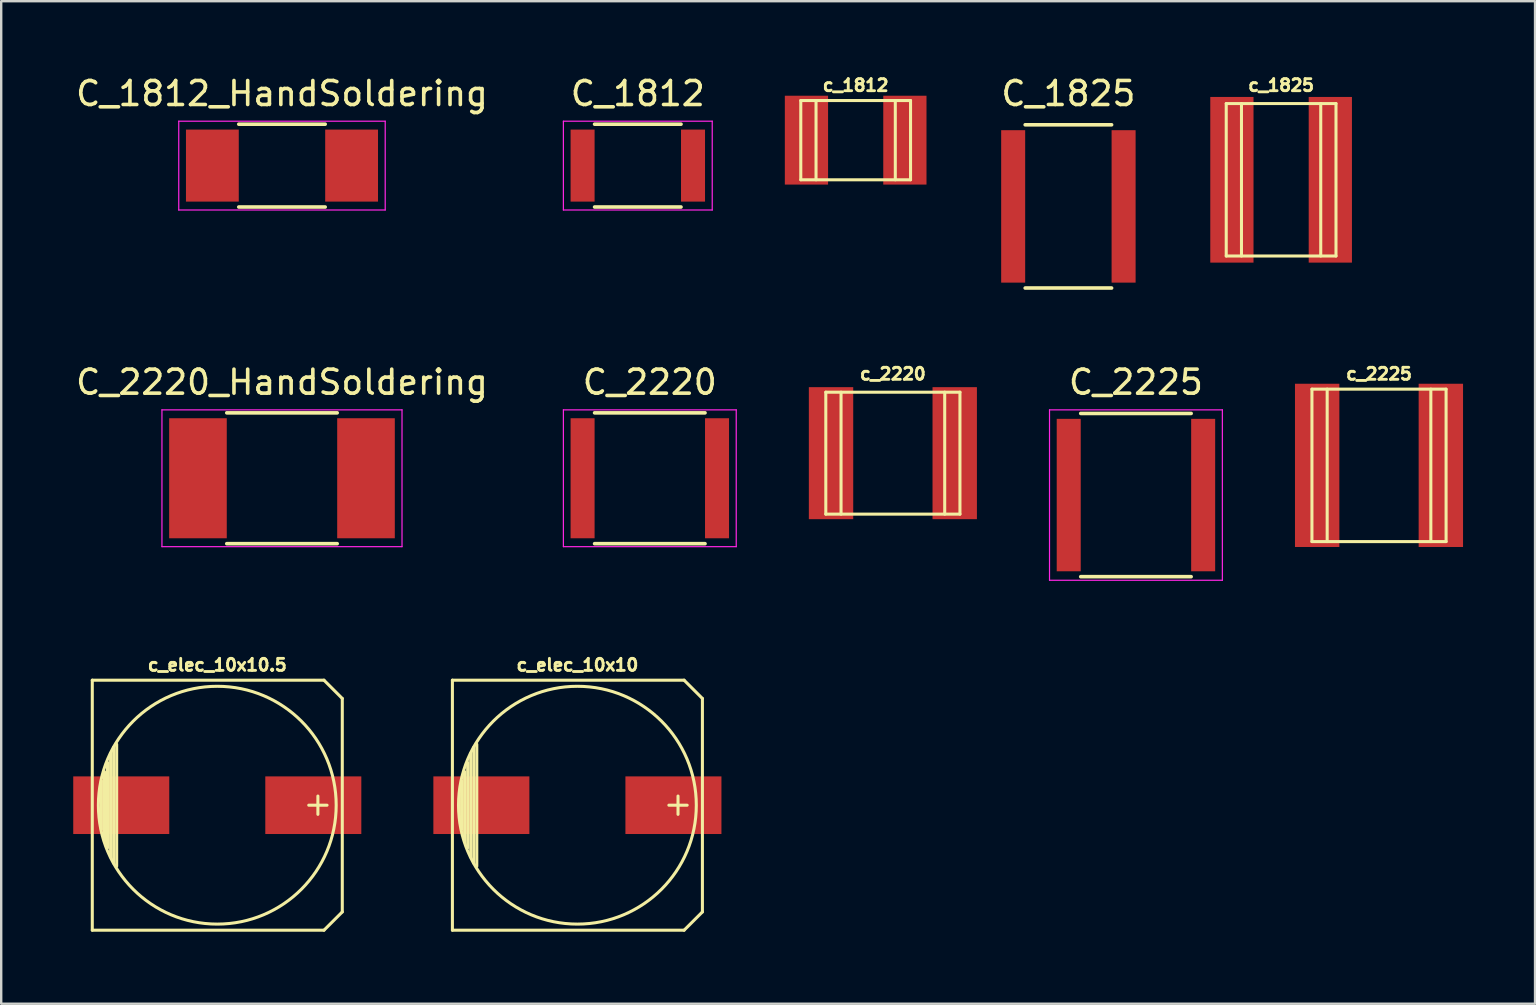
<source format=kicad_pcb>
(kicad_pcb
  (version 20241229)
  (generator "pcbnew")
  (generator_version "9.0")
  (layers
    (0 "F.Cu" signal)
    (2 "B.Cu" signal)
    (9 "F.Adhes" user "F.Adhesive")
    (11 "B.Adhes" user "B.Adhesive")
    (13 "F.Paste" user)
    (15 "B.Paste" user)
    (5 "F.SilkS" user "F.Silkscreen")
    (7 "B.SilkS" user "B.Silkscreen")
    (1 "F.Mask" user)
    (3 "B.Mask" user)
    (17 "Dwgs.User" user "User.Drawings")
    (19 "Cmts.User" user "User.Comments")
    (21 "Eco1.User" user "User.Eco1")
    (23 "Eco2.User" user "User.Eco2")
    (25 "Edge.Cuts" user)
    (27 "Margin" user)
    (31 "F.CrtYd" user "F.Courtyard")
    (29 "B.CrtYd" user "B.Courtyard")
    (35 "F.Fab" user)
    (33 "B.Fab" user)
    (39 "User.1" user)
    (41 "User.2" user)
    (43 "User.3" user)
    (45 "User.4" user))
  (footprint "C_2225"
    (layer "F.Cu")
    (at 44.268 17.572)
    (property "Reference" "C_2225" (at 0 -4.7 0) (layer "F.SilkS") (effects (font (size 1 1) (thickness 0.15))))
    (attr smd)
    (fp_line (start -2.3 3.4) (end 2.3 3.4) (stroke (width 0.15) (type solid)) (layer "F.SilkS"))
    (fp_line (start 2.3 -3.4) (end -2.3 -3.4) (stroke (width 0.15) (type solid)) (layer "F.SilkS"))
    (fp_line (start -3.6 -3.55) (end -3.6 3.55) (stroke (width 0.05) (type solid)) (layer "F.CrtYd"))
    (fp_line (start -3.6 -3.55) (end 3.6 -3.55) (stroke (width 0.05) (type solid)) (layer "F.CrtYd"))
    (fp_line (start -3.6 3.55) (end 3.6 3.55) (stroke (width 0.05) (type solid)) (layer "F.CrtYd"))
    (fp_line (start 3.6 -3.55) (end 3.6 3.55) (stroke (width 0.05) (type solid)) (layer "F.CrtYd"))
    (pad "1" smd rect (at -2.8 0) (size 1 6.35) (layers "F.Cu" "F.Mask" "F.Paste"))
    (pad "2" smd rect (at 2.8 0) (size 1 6.35) (layers "F.Cu" "F.Mask" "F.Paste")))
  (footprint "c_elec_10x10"
    (layer "F.Cu")
    (at 21.002 30.491)
    (property "Reference" "c_elec_10x10" (at 0 -5.842 0) (layer "F.SilkS") (effects (font (size 0.5 0.5) (thickness 0.119))))
    (attr through_hole)
    (fp_line (start -5.207 -5.207) (end -5.207 5.207) (stroke (width 0.127) (type solid)) (layer "F.SilkS"))
    (fp_line (start -5.207 5.207) (end 4.445 5.207) (stroke (width 0.127) (type solid)) (layer "F.SilkS"))
    (fp_line (start -4.826 1.016) (end -4.826 -1.016) (stroke (width 0.127) (type solid)) (layer "F.SilkS"))
    (fp_line (start -4.699 -1.397) (end -4.699 1.524) (stroke (width 0.127) (type solid)) (layer "F.SilkS"))
    (fp_line (start -4.572 1.778) (end -4.572 -1.778) (stroke (width 0.127) (type solid)) (layer "F.SilkS"))
    (fp_line (start -4.445 -2.159) (end -4.445 2.159) (stroke (width 0.127) (type solid)) (layer "F.SilkS"))
    (fp_line (start -4.318 2.413) (end -4.318 -2.413) (stroke (width 0.127) (type solid)) (layer "F.SilkS"))
    (fp_line (start -4.191 -2.54) (end -4.191 2.54) (stroke (width 0.127) (type solid)) (layer "F.SilkS"))
    (fp_line (start 4.191 -0.381) (end 4.191 0.381) (stroke (width 0.127) (type solid)) (layer "F.SilkS"))
    (fp_line (start 4.445 -5.207) (end -5.207 -5.207) (stroke (width 0.127) (type solid)) (layer "F.SilkS"))
    (fp_line (start 4.445 5.207) (end 5.207 4.445) (stroke (width 0.127) (type solid)) (layer "F.SilkS"))
    (fp_line (start 4.572 0) (end 3.81 0) (stroke (width 0.127) (type solid)) (layer "F.SilkS"))
    (fp_line (start 5.207 -4.445) (end 4.445 -5.207) (stroke (width 0.127) (type solid)) (layer "F.SilkS"))
    (fp_line (start 5.207 4.445) (end 5.207 -4.445) (stroke (width 0.127) (type solid)) (layer "F.SilkS"))
    (fp_circle (center 0 0) (end 4.953 0) (stroke (width 0.127) (type solid)) (fill no) (layer "F.SilkS"))
    (pad "1" smd rect (at 4 0) (size 4 2.4) (layers "F.Cu" "F.Mask" "F.Paste"))
    (pad "2" smd rect (at -4 0) (size 4 2.4) (layers "F.Cu" "F.Mask" "F.Paste")))
  (footprint "C_2220"
    (layer "F.Cu")
    (at 24.018 16.872)
    (property "Reference" "C_2220" (at 0 -4 0) (layer "F.SilkS") (effects (font (size 1 1) (thickness 0.15))))
    (attr smd)
    (fp_line (start -2.3 2.725) (end 2.3 2.725) (stroke (width 0.15) (type solid)) (layer "F.SilkS"))
    (fp_line (start 2.3 -2.725) (end -2.3 -2.725) (stroke (width 0.15) (type solid)) (layer "F.SilkS"))
    (fp_line (start -3.6 -2.85) (end -3.6 2.85) (stroke (width 0.05) (type solid)) (layer "F.CrtYd"))
    (fp_line (start -3.6 -2.85) (end 3.6 -2.85) (stroke (width 0.05) (type solid)) (layer "F.CrtYd"))
    (fp_line (start -3.6 2.85) (end 3.6 2.85) (stroke (width 0.05) (type solid)) (layer "F.CrtYd"))
    (fp_line (start 3.6 -2.85) (end 3.6 2.85) (stroke (width 0.05) (type solid)) (layer "F.CrtYd"))
    (pad "1" smd rect (at -2.8 0) (size 1 5) (layers "F.Cu" "F.Mask" "F.Paste"))
    (pad "2" smd rect (at 2.8 0) (size 1 5) (layers "F.Cu" "F.Mask" "F.Paste")))
  (footprint "C_1812"
    (layer "F.Cu")
    (at 23.518 3.848)
    (property "Reference" "C_1812" (at 0 -3 0) (layer "F.SilkS") (effects (font (size 1 1) (thickness 0.15))))
    (attr smd)
    (fp_line (start -1.8 1.725) (end 1.8 1.725) (stroke (width 0.15) (type solid)) (layer "F.SilkS"))
    (fp_line (start 1.8 -1.725) (end -1.8 -1.725) (stroke (width 0.15) (type solid)) (layer "F.SilkS"))
    (fp_line (start -3.1 -1.85) (end -3.1 1.85) (stroke (width 0.05) (type solid)) (layer "F.CrtYd"))
    (fp_line (start -3.1 -1.85) (end 3.1 -1.85) (stroke (width 0.05) (type solid)) (layer "F.CrtYd"))
    (fp_line (start -3.1 1.85) (end 3.1 1.85) (stroke (width 0.05) (type solid)) (layer "F.CrtYd"))
    (fp_line (start 3.1 -1.85) (end 3.1 1.85) (stroke (width 0.05) (type solid)) (layer "F.CrtYd"))
    (pad "1" smd rect (at -2.3 0) (size 1 3) (layers "F.Cu" "F.Mask" "F.Paste"))
    (pad "2" smd rect (at 2.3 0) (size 1 3) (layers "F.Cu" "F.Mask" "F.Paste")))
  (footprint "C_2220_HandSoldering"
    (layer "F.Cu")
    (at 8.696 16.872)
    (property "Reference" "C_2220_HandSoldering" (at 0 -4 0) (layer "F.SilkS") (effects (font (size 1 1) (thickness 0.15))))
    (attr smd)
    (fp_line (start -2.3 2.725) (end 2.3 2.725) (stroke (width 0.15) (type solid)) (layer "F.SilkS"))
    (fp_line (start 2.3 -2.725) (end -2.3 -2.725) (stroke (width 0.15) (type solid)) (layer "F.SilkS"))
    (fp_line (start -5 -2.85) (end -5 2.85) (stroke (width 0.05) (type solid)) (layer "F.CrtYd"))
    (fp_line (start -5 -2.85) (end 5 -2.85) (stroke (width 0.05) (type solid)) (layer "F.CrtYd"))
    (fp_line (start -5 2.85) (end 5 2.85) (stroke (width 0.05) (type solid)) (layer "F.CrtYd"))
    (fp_line (start 5 -2.85) (end 5 2.85) (stroke (width 0.05) (type solid)) (layer "F.CrtYd"))
    (pad "1" smd rect (at -3.5 0) (size 2.4 5) (layers "F.Cu" "F.Mask" "F.Paste"))
    (pad "2" smd rect (at 3.5 0) (size 2.4 5) (layers "F.Cu" "F.Mask" "F.Paste")))
  (footprint "c_1825"
    (layer "F.Cu")
    (at 50.315 4.439)
    (property "Reference" "c_1825" (at 0 -3.937 0) (layer "F.SilkS") (effects (font (size 0.5 0.5) (thickness 0.119))))
    (attr through_hole)
    (fp_line (start -2.286 -3.175) (end -2.286 3.175) (stroke (width 0.127) (type solid)) (layer "F.SilkS"))
    (fp_line (start -2.286 3.175) (end 2.286 3.175) (stroke (width 0.127) (type solid)) (layer "F.SilkS"))
    (fp_line (start -1.651 -3.175) (end -1.651 3.175) (stroke (width 0.127) (type solid)) (layer "F.SilkS"))
    (fp_line (start 1.651 -3.175) (end 1.651 3.175) (stroke (width 0.127) (type solid)) (layer "F.SilkS"))
    (fp_line (start 2.286 -3.175) (end -2.286 -3.175) (stroke (width 0.127) (type solid)) (layer "F.SilkS"))
    (fp_line (start 2.286 3.175) (end 2.286 -3.175) (stroke (width 0.127) (type solid)) (layer "F.SilkS"))
    (pad "1" smd rect (at 2.05 0) (size 1.801 6.901) (layers "F.Cu" "F.Mask" "F.Paste"))
    (pad "2" smd rect (at -2.05 0) (size 1.801 6.901) (layers "F.Cu" "F.Mask" "F.Paste")))
  (footprint "C_1825"
    (layer "F.Cu")
    (at 41.454 5.548)
    (property "Reference" "C_1825" (at 0 -4.7 0) (layer "F.SilkS") (effects (font (size 1 1) (thickness 0.15))))
    (attr smd)
    (fp_line (start -1.8 3.4) (end 1.8 3.4) (stroke (width 0.15) (type solid)) (layer "F.SilkS"))
    (fp_line (start 1.8 -3.4) (end -1.8 -3.4) (stroke (width 0.15) (type solid)) (layer "F.SilkS"))
    (pad "1" smd rect (at -2.3 0) (size 1 6.35) (layers "F.Cu" "F.Mask" "F.Paste"))
    (pad "2" smd rect (at 2.3 0) (size 1 6.35) (layers "F.Cu" "F.Mask" "F.Paste")))
  (footprint "c_2225"
    (layer "F.Cu")
    (at 54.393 16.335)
    (property "Reference" "c_2225" (at 0 -3.81 0) (layer "F.SilkS") (effects (font (size 0.5 0.5) (thickness 0.119))))
    (attr through_hole)
    (fp_line (start -2.794 -3.175) (end 2.794 -3.175) (stroke (width 0.127) (type solid)) (layer "F.SilkS"))
    (fp_line (start -2.794 3.175) (end -2.794 -3.175) (stroke (width 0.127) (type solid)) (layer "F.SilkS"))
    (fp_line (start -2.159 -3.175) (end -2.159 3.175) (stroke (width 0.127) (type solid)) (layer "F.SilkS"))
    (fp_line (start 2.159 -3.175) (end 2.159 3.175) (stroke (width 0.127) (type solid)) (layer "F.SilkS"))
    (fp_line (start 2.794 -3.175) (end 2.794 3.175) (stroke (width 0.127) (type solid)) (layer "F.SilkS"))
    (fp_line (start 2.794 3.175) (end -2.794 3.175) (stroke (width 0.127) (type solid)) (layer "F.SilkS"))
    (pad "1" smd rect (at 2.576 0) (size 1.849 6.8) (layers "F.Cu" "F.Mask" "F.Paste"))
    (pad "2" smd rect (at -2.576 0) (size 1.849 6.8) (layers "F.Cu" "F.Mask" "F.Paste")))
  (footprint "c_elec_10x10.5"
    (layer "F.Cu")
    (at 6.001 30.491)
    (property "Reference" "c_elec_10x10.5" (at 0 -5.842 0) (layer "F.SilkS") (effects (font (size 0.5 0.5) (thickness 0.119))))
    (attr through_hole)
    (fp_line (start -5.207 -5.207) (end -5.207 5.207) (stroke (width 0.127) (type solid)) (layer "F.SilkS"))
    (fp_line (start -5.207 5.207) (end 4.445 5.207) (stroke (width 0.127) (type solid)) (layer "F.SilkS"))
    (fp_line (start -4.826 1.016) (end -4.826 -1.016) (stroke (width 0.127) (type solid)) (layer "F.SilkS"))
    (fp_line (start -4.699 -1.397) (end -4.699 1.524) (stroke (width 0.127) (type solid)) (layer "F.SilkS"))
    (fp_line (start -4.572 1.778) (end -4.572 -1.778) (stroke (width 0.127) (type solid)) (layer "F.SilkS"))
    (fp_line (start -4.445 -2.159) (end -4.445 2.159) (stroke (width 0.127) (type solid)) (layer "F.SilkS"))
    (fp_line (start -4.318 2.413) (end -4.318 -2.413) (stroke (width 0.127) (type solid)) (layer "F.SilkS"))
    (fp_line (start -4.191 -2.54) (end -4.191 2.54) (stroke (width 0.127) (type solid)) (layer "F.SilkS"))
    (fp_line (start 4.191 -0.381) (end 4.191 0.381) (stroke (width 0.127) (type solid)) (layer "F.SilkS"))
    (fp_line (start 4.445 -5.207) (end -5.207 -5.207) (stroke (width 0.127) (type solid)) (layer "F.SilkS"))
    (fp_line (start 4.445 5.207) (end 5.207 4.445) (stroke (width 0.127) (type solid)) (layer "F.SilkS"))
    (fp_line (start 4.572 0) (end 3.81 0) (stroke (width 0.127) (type solid)) (layer "F.SilkS"))
    (fp_line (start 5.207 -4.445) (end 4.445 -5.207) (stroke (width 0.127) (type solid)) (layer "F.SilkS"))
    (fp_line (start 5.207 4.445) (end 5.207 -4.445) (stroke (width 0.127) (type solid)) (layer "F.SilkS"))
    (fp_circle (center 0 0) (end 4.953 0) (stroke (width 0.127) (type solid)) (fill no) (layer "F.SilkS"))
    (pad "1" smd rect (at 4 0) (size 4 2.4) (layers "F.Cu" "F.Mask" "F.Paste"))
    (pad "2" smd rect (at -4 0) (size 4 2.4) (layers "F.Cu" "F.Mask" "F.Paste")))
  (footprint "c_1812"
    (layer "F.Cu")
    (at 32.593 2.788)
    (property "Reference" "c_1812" (at 0 -2.286 0) (layer "F.SilkS") (effects (font (size 0.5 0.5) (thickness 0.119))))
    (attr through_hole)
    (fp_line (start -2.286 -1.651) (end -2.286 1.651) (stroke (width 0.127) (type solid)) (layer "F.SilkS"))
    (fp_line (start -2.286 1.651) (end 2.286 1.651) (stroke (width 0.127) (type solid)) (layer "F.SilkS"))
    (fp_line (start -1.651 -1.651) (end -1.651 1.651) (stroke (width 0.127) (type solid)) (layer "F.SilkS"))
    (fp_line (start 1.651 -1.651) (end 1.651 1.651) (stroke (width 0.127) (type solid)) (layer "F.SilkS"))
    (fp_line (start 2.286 -1.651) (end -2.286 -1.651) (stroke (width 0.127) (type solid)) (layer "F.SilkS"))
    (fp_line (start 2.286 1.651) (end 2.286 -1.651) (stroke (width 0.127) (type solid)) (layer "F.SilkS"))
    (pad "1" smd rect (at 2.05 0) (size 1.801 3.701) (layers "F.Cu" "F.Mask" "F.Paste"))
    (pad "2" smd rect (at -2.05 0) (size 1.801 3.701) (layers "F.Cu" "F.Mask" "F.Paste")))
  (footprint "C_1812_HandSoldering"
    (layer "F.Cu")
    (at 8.696 3.848)
    (property "Reference" "C_1812_HandSoldering" (at 0 -3 0) (layer "F.SilkS") (effects (font (size 1 1) (thickness 0.15))))
    (attr smd)
    (fp_line (start -1.8 1.725) (end 1.8 1.725) (stroke (width 0.15) (type solid)) (layer "F.SilkS"))
    (fp_line (start 1.8 -1.725) (end -1.8 -1.725) (stroke (width 0.15) (type solid)) (layer "F.SilkS"))
    (fp_line (start -4.3 -1.85) (end -4.3 1.85) (stroke (width 0.05) (type solid)) (layer "F.CrtYd"))
    (fp_line (start -4.3 -1.85) (end 4.3 -1.85) (stroke (width 0.05) (type solid)) (layer "F.CrtYd"))
    (fp_line (start -4.3 1.85) (end 4.3 1.85) (stroke (width 0.05) (type solid)) (layer "F.CrtYd"))
    (fp_line (start 4.3 -1.85) (end 4.3 1.85) (stroke (width 0.05) (type solid)) (layer "F.CrtYd"))
    (pad "1" smd rect (at -2.9 0) (size 2.2 3) (layers "F.Cu" "F.Mask" "F.Paste"))
    (pad "2" smd rect (at 2.9 0) (size 2.2 3) (layers "F.Cu" "F.Mask" "F.Paste")))
  (footprint "c_2220"
    (layer "F.Cu")
    (at 34.143 15.827)
    (property "Reference" "c_2220" (at 0 -3.302 0) (layer "F.SilkS") (effects (font (size 0.5 0.5) (thickness 0.119))))
    (attr through_hole)
    (fp_line (start -2.794 -2.54) (end 2.794 -2.54) (stroke (width 0.127) (type solid)) (layer "F.SilkS"))
    (fp_line (start -2.794 2.54) (end -2.794 -2.54) (stroke (width 0.127) (type solid)) (layer "F.SilkS"))
    (fp_line (start -2.159 -2.54) (end -2.159 2.54) (stroke (width 0.127) (type solid)) (layer "F.SilkS"))
    (fp_line (start 2.159 -2.54) (end 2.159 2.54) (stroke (width 0.127) (type solid)) (layer "F.SilkS"))
    (fp_line (start 2.794 -2.54) (end 2.794 2.54) (stroke (width 0.127) (type solid)) (layer "F.SilkS"))
    (fp_line (start 2.794 2.54) (end -2.794 2.54) (stroke (width 0.127) (type solid)) (layer "F.SilkS"))
    (pad "1" smd rect (at 2.576 0) (size 1.849 5.499) (layers "F.Cu" "F.Mask" "F.Paste"))
    (pad "2" smd rect (at -2.576 0) (size 1.849 5.499) (layers "F.Cu" "F.Mask" "F.Paste")))
  (gr_rect
    (start -3 -3)
    (end 60.893 38.761)
    (stroke (width 0.1) (type default))
    (fill no)
    (layer "Edge.Cuts")))
</source>
